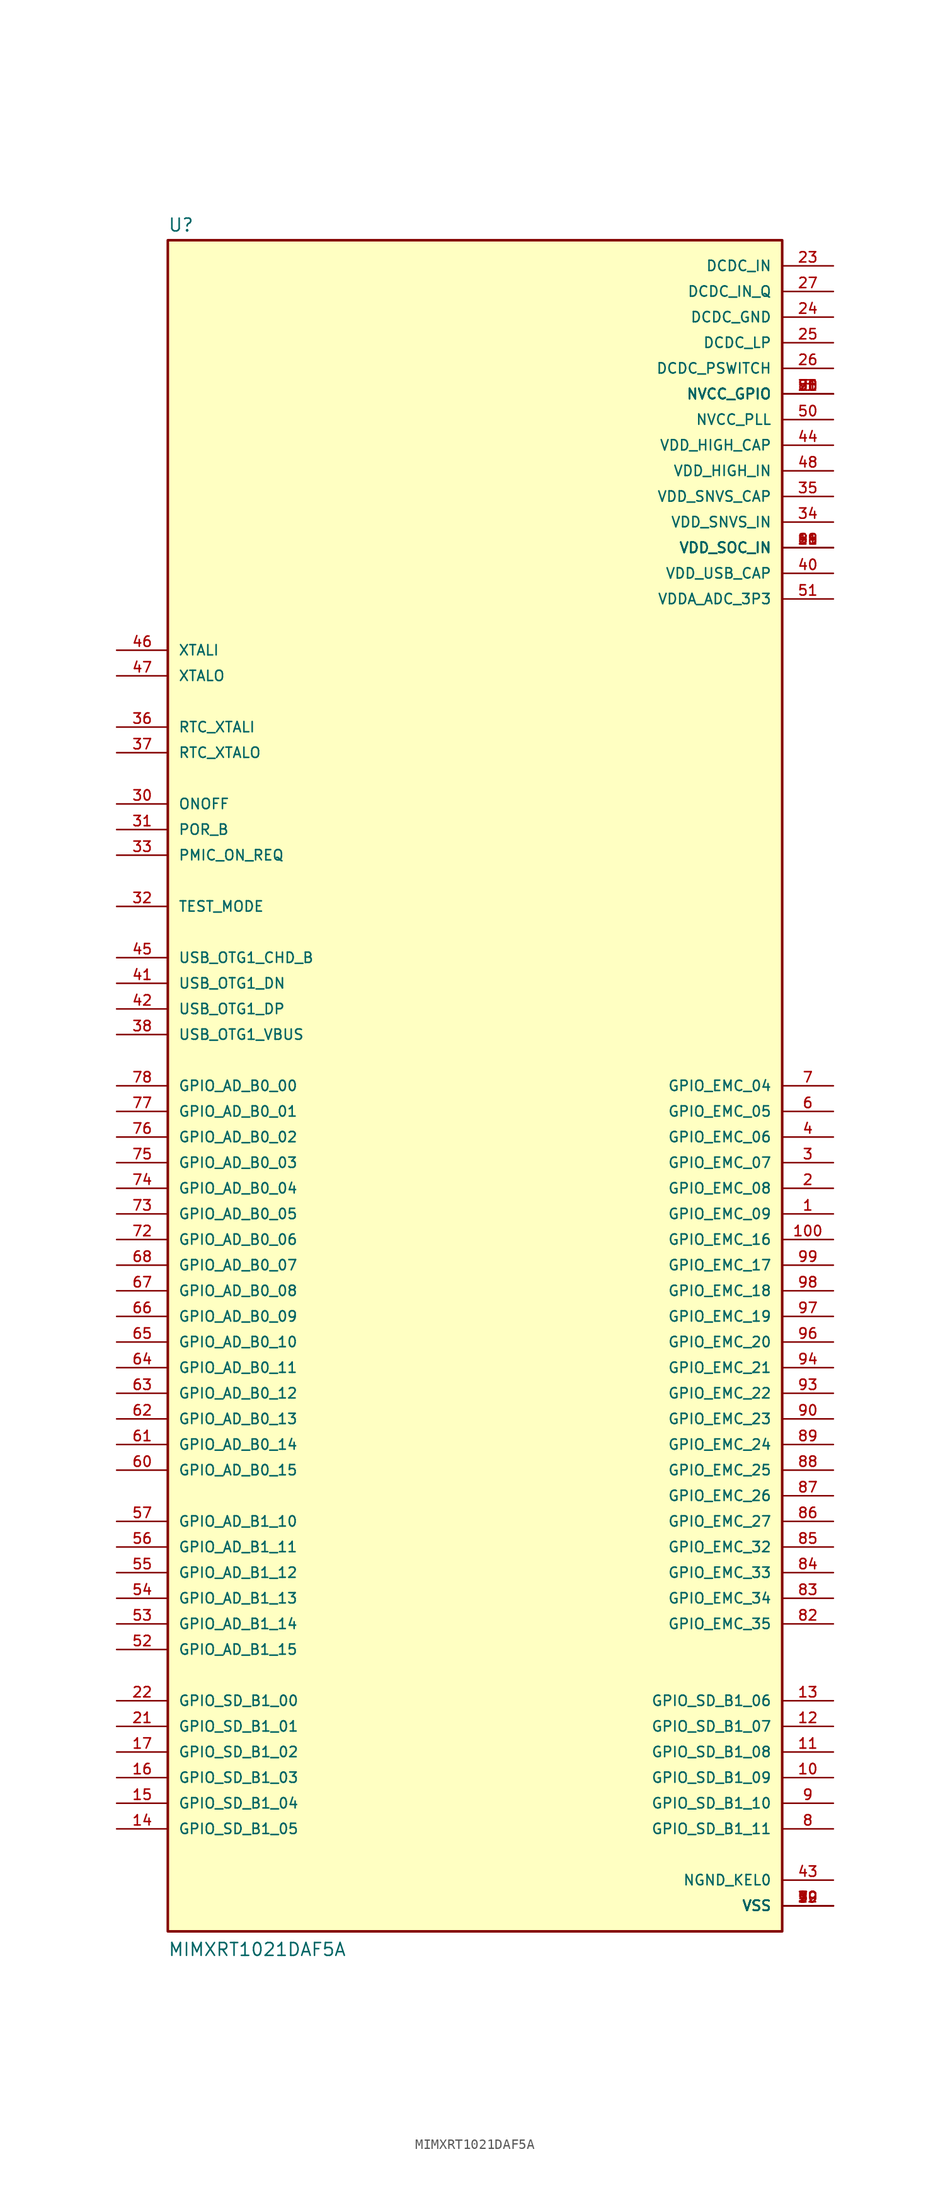
<source format=kicad_sym>
(kicad_symbol_lib
  (version 20220914)
  (generator kicad_symbol_editor)
  (symbol "MIMXRT1021DAF5A"
    (pin_names
      (offset 1.016))
    (property "Reference" "U"
      (at -30.48 84.582 0)
      (effects (font (size 1.27 1.27)) (justify left bottom)))
    (property "Value" "MIMXRT1021DAF5A"
      (at -30.48 -86.36 0)
      (effects (font (size 1.27 1.27)) (justify left bottom)))
    (symbol "MIMXRT1021DAF5A_0_0"
      (rectangle (start -30.48 -83.82) (end 30.48 83.82) (stroke (width 0.254) (type default)) (fill (type background)))
      (pin bidirectional line (at 35.56 -12.7 180) (length 5.08) (name "GPIO_EMC_09" (effects (font (size 1.016 1.016)))) (number "1" (effects (font (size 1.016 1.016)))))
      (pin bidirectional line (at 35.56 -68.58 180) (length 5.08) (name "GPIO_SD_B1_09" (effects (font (size 1.016 1.016)))) (number "10" (effects (font (size 1.016 1.016)))))
      (pin bidirectional line (at 35.56 -15.24 180) (length 5.08) (name "GPIO_EMC_16" (effects (font (size 1.016 1.016)))) (number "100" (effects (font (size 1.016 1.016)))))
      (pin bidirectional line (at 35.56 -66.04 180) (length 5.08) (name "GPIO_SD_B1_08" (effects (font (size 1.016 1.016)))) (number "11" (effects (font (size 1.016 1.016)))))
      (pin bidirectional line (at 35.56 -63.5 180) (length 5.08) (name "GPIO_SD_B1_07" (effects (font (size 1.016 1.016)))) (number "12" (effects (font (size 1.016 1.016)))))
      (pin bidirectional line (at 35.56 -60.96 180) (length 5.08) (name "GPIO_SD_B1_06" (effects (font (size 1.016 1.016)))) (number "13" (effects (font (size 1.016 1.016)))))
      (pin bidirectional line (at -35.56 -73.66 0) (length 5.08) (name "GPIO_SD_B1_05" (effects (font (size 1.016 1.016)))) (number "14" (effects (font (size 1.016 1.016)))))
      (pin bidirectional line (at -35.56 -71.12 0) (length 5.08) (name "GPIO_SD_B1_04" (effects (font (size 1.016 1.016)))) (number "15" (effects (font (size 1.016 1.016)))))
      (pin bidirectional line (at -35.56 -68.58 0) (length 5.08) (name "GPIO_SD_B1_03" (effects (font (size 1.016 1.016)))) (number "16" (effects (font (size 1.016 1.016)))))
      (pin bidirectional line (at -35.56 -66.04 0) (length 5.08) (name "GPIO_SD_B1_02" (effects (font (size 1.016 1.016)))) (number "17" (effects (font (size 1.016 1.016)))))
      (pin power_in line (at 35.56 53.34 180) (length 5.08) (name "VDD_SOC_IN" (effects (font (size 1.016 1.016)))) (number "18" (effects (font (size 1.016 1.016)))))
      (pin power_in line (at 35.56 -81.28 180) (length 5.08) (name "VSS" (effects (font (size 1.016 1.016)))) (number "19" (effects (font (size 1.016 1.016)))))
      (pin bidirectional line (at 35.56 -10.16 180) (length 5.08) (name "GPIO_EMC_08" (effects (font (size 1.016 1.016)))) (number "2" (effects (font (size 1.016 1.016)))))
      (pin power_in line (at 35.56 68.58 180) (length 5.08) (name "NVCC_GPIO" (effects (font (size 1.016 1.016)))) (number "20" (effects (font (size 1.016 1.016)))))
      (pin bidirectional line (at -35.56 -63.5 0) (length 5.08) (name "GPIO_SD_B1_01" (effects (font (size 1.016 1.016)))) (number "21" (effects (font (size 1.016 1.016)))))
      (pin bidirectional line (at -35.56 -60.96 0) (length 5.08) (name "GPIO_SD_B1_00" (effects (font (size 1.016 1.016)))) (number "22" (effects (font (size 1.016 1.016)))))
      (pin power_in line (at 35.56 81.28 180) (length 5.08) (name "DCDC_IN" (effects (font (size 1.016 1.016)))) (number "23" (effects (font (size 1.016 1.016)))))
      (pin power_in line (at 35.56 76.2 180) (length 5.08) (name "DCDC_GND" (effects (font (size 1.016 1.016)))) (number "24" (effects (font (size 1.016 1.016)))))
      (pin power_in line (at 35.56 73.66 180) (length 5.08) (name "DCDC_LP" (effects (font (size 1.016 1.016)))) (number "25" (effects (font (size 1.016 1.016)))))
      (pin power_in line (at 35.56 71.12 180) (length 5.08) (name "DCDC_PSWITCH" (effects (font (size 1.016 1.016)))) (number "26" (effects (font (size 1.016 1.016)))))
      (pin power_in line (at 35.56 78.74 180) (length 5.08) (name "DCDC_IN_Q" (effects (font (size 1.016 1.016)))) (number "27" (effects (font (size 1.016 1.016)))))
      (pin power_in line (at 35.56 53.34 180) (length 5.08) (name "VDD_SOC_IN" (effects (font (size 1.016 1.016)))) (number "28" (effects (font (size 1.016 1.016)))))
      (pin power_in line (at 35.56 -81.28 180) (length 5.08) (name "VSS" (effects (font (size 1.016 1.016)))) (number "29" (effects (font (size 1.016 1.016)))))
      (pin bidirectional line (at 35.56 -7.62 180) (length 5.08) (name "GPIO_EMC_07" (effects (font (size 1.016 1.016)))) (number "3" (effects (font (size 1.016 1.016)))))
      (pin bidirectional line (at -35.56 27.94 0) (length 5.08) (name "ONOFF" (effects (font (size 1.016 1.016)))) (number "30" (effects (font (size 1.016 1.016)))))
      (pin bidirectional line (at -35.56 25.4 0) (length 5.08) (name "POR_B" (effects (font (size 1.016 1.016)))) (number "31" (effects (font (size 1.016 1.016)))))
      (pin bidirectional line (at -35.56 17.78 0) (length 5.08) (name "TEST_MODE" (effects (font (size 1.016 1.016)))) (number "32" (effects (font (size 1.016 1.016)))))
      (pin bidirectional line (at -35.56 22.86 0) (length 5.08) (name "PMIC_ON_REQ" (effects (font (size 1.016 1.016)))) (number "33" (effects (font (size 1.016 1.016)))))
      (pin power_in line (at 35.56 55.88 180) (length 5.08) (name "VDD_SNVS_IN" (effects (font (size 1.016 1.016)))) (number "34" (effects (font (size 1.016 1.016)))))
      (pin power_in line (at 35.56 58.42 180) (length 5.08) (name "VDD_SNVS_CAP" (effects (font (size 1.016 1.016)))) (number "35" (effects (font (size 1.016 1.016)))))
      (pin input line (at -35.56 35.56 0) (length 5.08) (name "RTC_XTALI" (effects (font (size 1.016 1.016)))) (number "36" (effects (font (size 1.016 1.016)))))
      (pin output line (at -35.56 33.02 0) (length 5.08) (name "RTC_XTALO" (effects (font (size 1.016 1.016)))) (number "37" (effects (font (size 1.016 1.016)))))
      (pin bidirectional line (at -35.56 5.08 0) (length 5.08) (name "USB_OTG1_VBUS" (effects (font (size 1.016 1.016)))) (number "38" (effects (font (size 1.016 1.016)))))
      (pin power_in line (at 35.56 -81.28 180) (length 5.08) (name "VSS" (effects (font (size 1.016 1.016)))) (number "39" (effects (font (size 1.016 1.016)))))
      (pin bidirectional line (at 35.56 -5.08 180) (length 5.08) (name "GPIO_EMC_06" (effects (font (size 1.016 1.016)))) (number "4" (effects (font (size 1.016 1.016)))))
      (pin power_in line (at 35.56 50.8 180) (length 5.08) (name "VDD_USB_CAP" (effects (font (size 1.016 1.016)))) (number "40" (effects (font (size 1.016 1.016)))))
      (pin bidirectional line (at -35.56 10.16 0) (length 5.08) (name "USB_OTG1_DN" (effects (font (size 1.016 1.016)))) (number "41" (effects (font (size 1.016 1.016)))))
      (pin bidirectional line (at -35.56 7.62 0) (length 5.08) (name "USB_OTG1_DP" (effects (font (size 1.016 1.016)))) (number "42" (effects (font (size 1.016 1.016)))))
      (pin power_in line (at 35.56 -78.74 180) (length 5.08) (name "NGND_KEL0" (effects (font (size 1.016 1.016)))) (number "43" (effects (font (size 1.016 1.016)))))
      (pin power_in line (at 35.56 63.5 180) (length 5.08) (name "VDD_HIGH_CAP" (effects (font (size 1.016 1.016)))) (number "44" (effects (font (size 1.016 1.016)))))
      (pin bidirectional line (at -35.56 12.7 0) (length 5.08) (name "USB_OTG1_CHD_B" (effects (font (size 1.016 1.016)))) (number "45" (effects (font (size 1.016 1.016)))))
      (pin input line (at -35.56 43.18 0) (length 5.08) (name "XTALI" (effects (font (size 1.016 1.016)))) (number "46" (effects (font (size 1.016 1.016)))))
      (pin output line (at -35.56 40.64 0) (length 5.08) (name "XTALO" (effects (font (size 1.016 1.016)))) (number "47" (effects (font (size 1.016 1.016)))))
      (pin power_in line (at 35.56 60.96 180) (length 5.08) (name "VDD_HIGH_IN" (effects (font (size 1.016 1.016)))) (number "48" (effects (font (size 1.016 1.016)))))
      (pin power_in line (at 35.56 -81.28 180) (length 5.08) (name "VSS" (effects (font (size 1.016 1.016)))) (number "49" (effects (font (size 1.016 1.016)))))
      (pin power_in line (at 35.56 68.58 180) (length 5.08) (name "NVCC_GPIO" (effects (font (size 1.016 1.016)))) (number "5" (effects (font (size 1.016 1.016)))))
      (pin power_in line (at 35.56 66.04 180) (length 5.08) (name "NVCC_PLL" (effects (font (size 1.016 1.016)))) (number "50" (effects (font (size 1.016 1.016)))))
      (pin power_in line (at 35.56 48.26 180) (length 5.08) (name "VDDA_ADC_3P3" (effects (font (size 1.016 1.016)))) (number "51" (effects (font (size 1.016 1.016)))))
      (pin bidirectional line (at -35.56 -55.88 0) (length 5.08) (name "GPIO_AD_B1_15" (effects (font (size 1.016 1.016)))) (number "52" (effects (font (size 1.016 1.016)))))
      (pin bidirectional line (at -35.56 -53.34 0) (length 5.08) (name "GPIO_AD_B1_14" (effects (font (size 1.016 1.016)))) (number "53" (effects (font (size 1.016 1.016)))))
      (pin bidirectional line (at -35.56 -50.8 0) (length 5.08) (name "GPIO_AD_B1_13" (effects (font (size 1.016 1.016)))) (number "54" (effects (font (size 1.016 1.016)))))
      (pin bidirectional line (at -35.56 -48.26 0) (length 5.08) (name "GPIO_AD_B1_12" (effects (font (size 1.016 1.016)))) (number "55" (effects (font (size 1.016 1.016)))))
      (pin bidirectional line (at -35.56 -45.72 0) (length 5.08) (name "GPIO_AD_B1_11" (effects (font (size 1.016 1.016)))) (number "56" (effects (font (size 1.016 1.016)))))
      (pin bidirectional line (at -35.56 -43.18 0) (length 5.08) (name "GPIO_AD_B1_10" (effects (font (size 1.016 1.016)))) (number "57" (effects (font (size 1.016 1.016)))))
      (pin power_in line (at 35.56 68.58 180) (length 5.08) (name "NVCC_GPIO" (effects (font (size 1.016 1.016)))) (number "58" (effects (font (size 1.016 1.016)))))
      (pin power_in line (at 35.56 -81.28 180) (length 5.08) (name "VSS" (effects (font (size 1.016 1.016)))) (number "59" (effects (font (size 1.016 1.016)))))
      (pin bidirectional line (at 35.56 -2.54 180) (length 5.08) (name "GPIO_EMC_05" (effects (font (size 1.016 1.016)))) (number "6" (effects (font (size 1.016 1.016)))))
      (pin bidirectional line (at -35.56 -38.1 0) (length 5.08) (name "GPIO_AD_B0_15" (effects (font (size 1.016 1.016)))) (number "60" (effects (font (size 1.016 1.016)))))
      (pin bidirectional line (at -35.56 -35.56 0) (length 5.08) (name "GPIO_AD_B0_14" (effects (font (size 1.016 1.016)))) (number "61" (effects (font (size 1.016 1.016)))))
      (pin bidirectional line (at -35.56 -33.02 0) (length 5.08) (name "GPIO_AD_B0_13" (effects (font (size 1.016 1.016)))) (number "62" (effects (font (size 1.016 1.016)))))
      (pin bidirectional line (at -35.56 -30.48 0) (length 5.08) (name "GPIO_AD_B0_12" (effects (font (size 1.016 1.016)))) (number "63" (effects (font (size 1.016 1.016)))))
      (pin bidirectional line (at -35.56 -27.94 0) (length 5.08) (name "GPIO_AD_B0_11" (effects (font (size 1.016 1.016)))) (number "64" (effects (font (size 1.016 1.016)))))
      (pin bidirectional line (at -35.56 -25.4 0) (length 5.08) (name "GPIO_AD_B0_10" (effects (font (size 1.016 1.016)))) (number "65" (effects (font (size 1.016 1.016)))))
      (pin bidirectional line (at -35.56 -22.86 0) (length 5.08) (name "GPIO_AD_B0_09" (effects (font (size 1.016 1.016)))) (number "66" (effects (font (size 1.016 1.016)))))
      (pin bidirectional line (at -35.56 -20.32 0) (length 5.08) (name "GPIO_AD_B0_08" (effects (font (size 1.016 1.016)))) (number "67" (effects (font (size 1.016 1.016)))))
      (pin bidirectional line (at -35.56 -17.78 0) (length 5.08) (name "GPIO_AD_B0_07" (effects (font (size 1.016 1.016)))) (number "68" (effects (font (size 1.016 1.016)))))
      (pin power_in line (at 35.56 53.34 180) (length 5.08) (name "VDD_SOC_IN" (effects (font (size 1.016 1.016)))) (number "69" (effects (font (size 1.016 1.016)))))
      (pin bidirectional line (at 35.56 0 180) (length 5.08) (name "GPIO_EMC_04" (effects (font (size 1.016 1.016)))) (number "7" (effects (font (size 1.016 1.016)))))
      (pin power_in line (at 35.56 -81.28 180) (length 5.08) (name "VSS" (effects (font (size 1.016 1.016)))) (number "70" (effects (font (size 1.016 1.016)))))
      (pin power_in line (at 35.56 68.58 180) (length 5.08) (name "NVCC_GPIO" (effects (font (size 1.016 1.016)))) (number "71" (effects (font (size 1.016 1.016)))))
      (pin bidirectional line (at -35.56 -15.24 0) (length 5.08) (name "GPIO_AD_B0_06" (effects (font (size 1.016 1.016)))) (number "72" (effects (font (size 1.016 1.016)))))
      (pin bidirectional line (at -35.56 -12.7 0) (length 5.08) (name "GPIO_AD_B0_05" (effects (font (size 1.016 1.016)))) (number "73" (effects (font (size 1.016 1.016)))))
      (pin bidirectional line (at -35.56 -10.16 0) (length 5.08) (name "GPIO_AD_B0_04" (effects (font (size 1.016 1.016)))) (number "74" (effects (font (size 1.016 1.016)))))
      (pin bidirectional line (at -35.56 -7.62 0) (length 5.08) (name "GPIO_AD_B0_03" (effects (font (size 1.016 1.016)))) (number "75" (effects (font (size 1.016 1.016)))))
      (pin bidirectional line (at -35.56 -5.08 0) (length 5.08) (name "GPIO_AD_B0_02" (effects (font (size 1.016 1.016)))) (number "76" (effects (font (size 1.016 1.016)))))
      (pin bidirectional line (at -35.56 -2.54 0) (length 5.08) (name "GPIO_AD_B0_01" (effects (font (size 1.016 1.016)))) (number "77" (effects (font (size 1.016 1.016)))))
      (pin bidirectional line (at -35.56 0 0) (length 5.08) (name "GPIO_AD_B0_00" (effects (font (size 1.016 1.016)))) (number "78" (effects (font (size 1.016 1.016)))))
      (pin power_in line (at 35.56 -81.28 180) (length 5.08) (name "VSS" (effects (font (size 1.016 1.016)))) (number "79" (effects (font (size 1.016 1.016)))))
      (pin bidirectional line (at 35.56 -73.66 180) (length 5.08) (name "GPIO_SD_B1_11" (effects (font (size 1.016 1.016)))) (number "8" (effects (font (size 1.016 1.016)))))
      (pin power_in line (at 35.56 68.58 180) (length 5.08) (name "NVCC_GPIO" (effects (font (size 1.016 1.016)))) (number "80" (effects (font (size 1.016 1.016)))))
      (pin power_in line (at 35.56 53.34 180) (length 5.08) (name "VDD_SOC_IN" (effects (font (size 1.016 1.016)))) (number "81" (effects (font (size 1.016 1.016)))))
      (pin bidirectional line (at 35.56 -53.34 180) (length 5.08) (name "GPIO_EMC_35" (effects (font (size 1.016 1.016)))) (number "82" (effects (font (size 1.016 1.016)))))
      (pin bidirectional line (at 35.56 -50.8 180) (length 5.08) (name "GPIO_EMC_34" (effects (font (size 1.016 1.016)))) (number "83" (effects (font (size 1.016 1.016)))))
      (pin bidirectional line (at 35.56 -48.26 180) (length 5.08) (name "GPIO_EMC_33" (effects (font (size 1.016 1.016)))) (number "84" (effects (font (size 1.016 1.016)))))
      (pin bidirectional line (at 35.56 -45.72 180) (length 5.08) (name "GPIO_EMC_32" (effects (font (size 1.016 1.016)))) (number "85" (effects (font (size 1.016 1.016)))))
      (pin bidirectional line (at 35.56 -43.18 180) (length 5.08) (name "GPIO_EMC_27" (effects (font (size 1.016 1.016)))) (number "86" (effects (font (size 1.016 1.016)))))
      (pin bidirectional line (at 35.56 -40.64 180) (length 5.08) (name "GPIO_EMC_26" (effects (font (size 1.016 1.016)))) (number "87" (effects (font (size 1.016 1.016)))))
      (pin bidirectional line (at 35.56 -38.1 180) (length 5.08) (name "GPIO_EMC_25" (effects (font (size 1.016 1.016)))) (number "88" (effects (font (size 1.016 1.016)))))
      (pin bidirectional line (at 35.56 -35.56 180) (length 5.08) (name "GPIO_EMC_24" (effects (font (size 1.016 1.016)))) (number "89" (effects (font (size 1.016 1.016)))))
      (pin bidirectional line (at 35.56 -71.12 180) (length 5.08) (name "GPIO_SD_B1_10" (effects (font (size 1.016 1.016)))) (number "9" (effects (font (size 1.016 1.016)))))
      (pin bidirectional line (at 35.56 -33.02 180) (length 5.08) (name "GPIO_EMC_23" (effects (font (size 1.016 1.016)))) (number "90" (effects (font (size 1.016 1.016)))))
      (pin power_in line (at 35.56 53.34 180) (length 5.08) (name "VDD_SOC_IN" (effects (font (size 1.016 1.016)))) (number "91" (effects (font (size 1.016 1.016)))))
      (pin power_in line (at 35.56 -81.28 180) (length 5.08) (name "VSS" (effects (font (size 1.016 1.016)))) (number "92" (effects (font (size 1.016 1.016)))))
      (pin bidirectional line (at 35.56 -30.48 180) (length 5.08) (name "GPIO_EMC_22" (effects (font (size 1.016 1.016)))) (number "93" (effects (font (size 1.016 1.016)))))
      (pin bidirectional line (at 35.56 -27.94 180) (length 5.08) (name "GPIO_EMC_21" (effects (font (size 1.016 1.016)))) (number "94" (effects (font (size 1.016 1.016)))))
      (pin power_in line (at 35.56 68.58 180) (length 5.08) (name "NVCC_GPIO" (effects (font (size 1.016 1.016)))) (number "95" (effects (font (size 1.016 1.016)))))
      (pin bidirectional line (at 35.56 -25.4 180) (length 5.08) (name "GPIO_EMC_20" (effects (font (size 1.016 1.016)))) (number "96" (effects (font (size 1.016 1.016)))))
      (pin bidirectional line (at 35.56 -22.86 180) (length 5.08) (name "GPIO_EMC_19" (effects (font (size 1.016 1.016)))) (number "97" (effects (font (size 1.016 1.016)))))
      (pin bidirectional line (at 35.56 -20.32 180) (length 5.08) (name "GPIO_EMC_18" (effects (font (size 1.016 1.016)))) (number "98" (effects (font (size 1.016 1.016)))))
      (pin bidirectional line (at 35.56 -17.78 180) (length 5.08) (name "GPIO_EMC_17" (effects (font (size 1.016 1.016)))) (number "99" (effects (font (size 1.016 1.016))))))))
</source>
